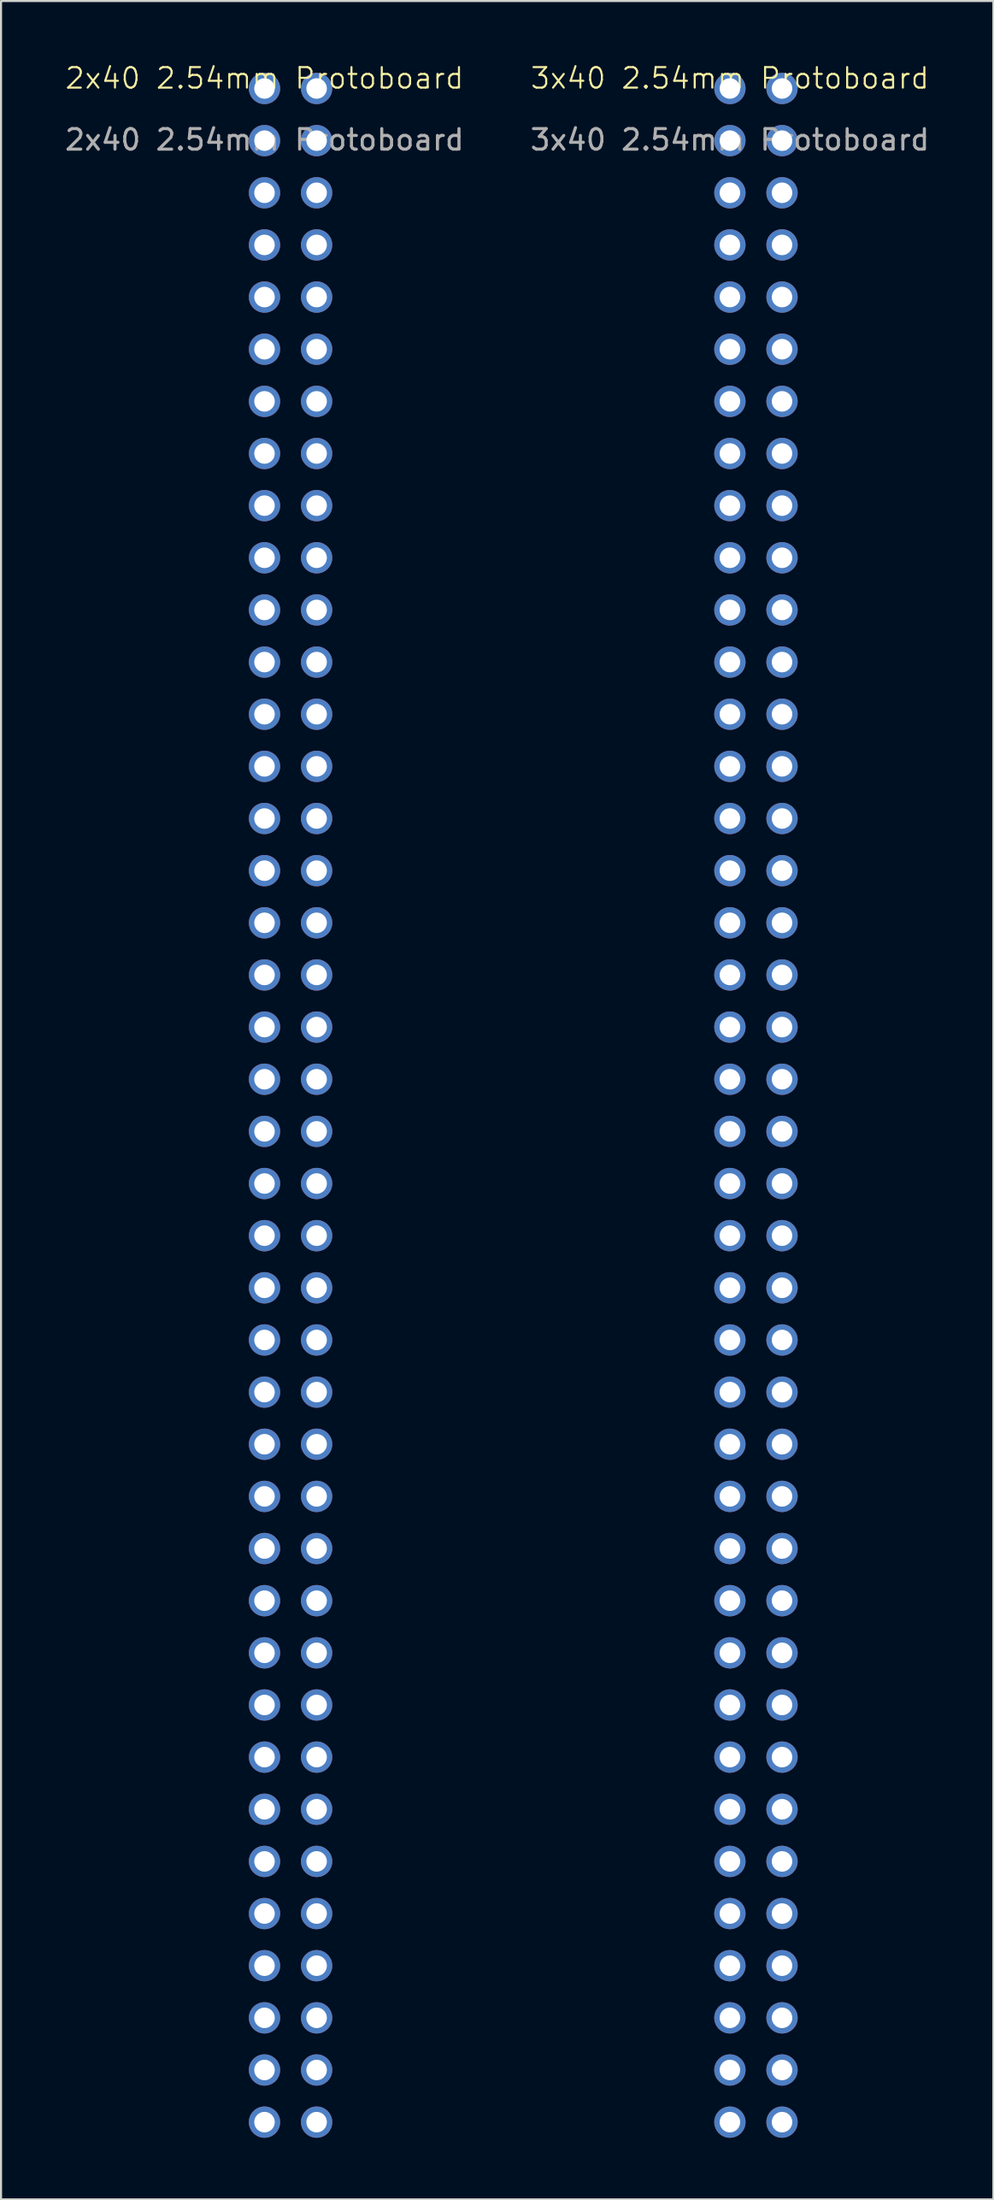
<source format=kicad_pcb>
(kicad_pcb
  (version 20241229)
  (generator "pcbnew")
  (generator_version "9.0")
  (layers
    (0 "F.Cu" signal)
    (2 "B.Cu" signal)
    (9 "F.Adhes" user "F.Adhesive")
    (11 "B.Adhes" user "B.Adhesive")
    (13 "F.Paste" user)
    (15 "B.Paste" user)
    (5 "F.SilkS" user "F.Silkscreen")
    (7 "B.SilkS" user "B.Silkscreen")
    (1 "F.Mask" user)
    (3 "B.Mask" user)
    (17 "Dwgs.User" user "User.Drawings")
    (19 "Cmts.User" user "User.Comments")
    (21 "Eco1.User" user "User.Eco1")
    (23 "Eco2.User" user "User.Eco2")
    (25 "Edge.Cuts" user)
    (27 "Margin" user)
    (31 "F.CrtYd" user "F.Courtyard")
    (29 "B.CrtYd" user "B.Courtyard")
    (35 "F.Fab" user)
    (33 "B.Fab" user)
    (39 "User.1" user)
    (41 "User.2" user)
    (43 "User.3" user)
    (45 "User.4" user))
  (footprint "3x40 2.54mm Protoboard"
    (layer "F.Cu")
    (at 32.518 1.26)
    (property "Reference" "3x40 2.54mm Protoboard" (at 0 -0.5 0) (unlocked yes) (layer "F.SilkS") (effects (font (size 1 1) (thickness 0.1))))
    (attr through_hole)
    (fp_text user "${REFERENCE}" (at 0 2.5 0) (unlocked yes) (layer "F.Fab") (effects (font (size 1 1) (thickness 0.15))))
    (pad "1" thru_hole circle (at 0 0) (size 1.525 1.525) (drill 1) (layers "*.Cu" "*.Mask"))
    (pad "2" thru_hole circle (at 2.54 0) (size 1.525 1.525) (drill 1) (layers "*.Cu" "*.Mask"))
    (pad "3" thru_hole circle (at 0 2.54) (size 1.525 1.525) (drill 1) (layers "*.Cu" "*.Mask"))
    (pad "4" thru_hole circle (at 2.54 2.54) (size 1.525 1.525) (drill 1) (layers "*.Cu" "*.Mask"))
    (pad "5" thru_hole circle (at 0 5.08) (size 1.525 1.525) (drill 1) (layers "*.Cu" "*.Mask"))
    (pad "6" thru_hole circle (at 2.54 5.08) (size 1.525 1.525) (drill 1) (layers "*.Cu" "*.Mask"))
    (pad "7" thru_hole circle (at 0 7.62) (size 1.525 1.525) (drill 1) (layers "*.Cu" "*.Mask"))
    (pad "8" thru_hole circle (at 2.54 7.62) (size 1.525 1.525) (drill 1) (layers "*.Cu" "*.Mask"))
    (pad "9" thru_hole circle (at 0 10.16) (size 1.525 1.525) (drill 1) (layers "*.Cu" "*.Mask"))
    (pad "10" thru_hole circle (at 2.54 10.16) (size 1.525 1.525) (drill 1) (layers "*.Cu" "*.Mask"))
    (pad "11" thru_hole circle (at 0 12.7) (size 1.525 1.525) (drill 1) (layers "*.Cu" "*.Mask"))
    (pad "12" thru_hole circle (at 2.54 12.7) (size 1.525 1.525) (drill 1) (layers "*.Cu" "*.Mask"))
    (pad "13" thru_hole circle (at 0 15.24) (size 1.525 1.525) (drill 1) (layers "*.Cu" "*.Mask"))
    (pad "14" thru_hole circle (at 2.54 15.24) (size 1.525 1.525) (drill 1) (layers "*.Cu" "*.Mask"))
    (pad "15" thru_hole circle (at 0 17.78) (size 1.525 1.525) (drill 1) (layers "*.Cu" "*.Mask"))
    (pad "16" thru_hole circle (at 2.54 17.78) (size 1.525 1.525) (drill 1) (layers "*.Cu" "*.Mask"))
    (pad "17" thru_hole circle (at 0 20.32) (size 1.525 1.525) (drill 1) (layers "*.Cu" "*.Mask"))
    (pad "18" thru_hole circle (at 2.54 20.32) (size 1.525 1.525) (drill 1) (layers "*.Cu" "*.Mask"))
    (pad "19" thru_hole circle (at 0 22.86) (size 1.525 1.525) (drill 1) (layers "*.Cu" "*.Mask"))
    (pad "20" thru_hole circle (at 2.54 22.86) (size 1.525 1.525) (drill 1) (layers "*.Cu" "*.Mask"))
    (pad "21" thru_hole circle (at 0 25.4) (size 1.525 1.525) (drill 1) (layers "*.Cu" "*.Mask"))
    (pad "22" thru_hole circle (at 2.54 25.4) (size 1.525 1.525) (drill 1) (layers "*.Cu" "*.Mask"))
    (pad "23" thru_hole circle (at 0 27.94) (size 1.525 1.525) (drill 1) (layers "*.Cu" "*.Mask"))
    (pad "24" thru_hole circle (at 2.54 27.94) (size 1.525 1.525) (drill 1) (layers "*.Cu" "*.Mask"))
    (pad "25" thru_hole circle (at 0 30.48) (size 1.525 1.525) (drill 1) (layers "*.Cu" "*.Mask"))
    (pad "26" thru_hole circle (at 2.54 30.48) (size 1.525 1.525) (drill 1) (layers "*.Cu" "*.Mask"))
    (pad "27" thru_hole circle (at 0 33.02) (size 1.525 1.525) (drill 1) (layers "*.Cu" "*.Mask"))
    (pad "28" thru_hole circle (at 2.54 33.02) (size 1.525 1.525) (drill 1) (layers "*.Cu" "*.Mask"))
    (pad "29" thru_hole circle (at 0 35.56) (size 1.525 1.525) (drill 1) (layers "*.Cu" "*.Mask"))
    (pad "30" thru_hole circle (at 2.54 35.56) (size 1.525 1.525) (drill 1) (layers "*.Cu" "*.Mask"))
    (pad "31" thru_hole circle (at 0 38.1) (size 1.525 1.525) (drill 1) (layers "*.Cu" "*.Mask"))
    (pad "32" thru_hole circle (at 2.54 38.1) (size 1.525 1.525) (drill 1) (layers "*.Cu" "*.Mask"))
    (pad "33" thru_hole circle (at 0 40.64) (size 1.525 1.525) (drill 1) (layers "*.Cu" "*.Mask"))
    (pad "34" thru_hole circle (at 2.54 40.64) (size 1.525 1.525) (drill 1) (layers "*.Cu" "*.Mask"))
    (pad "35" thru_hole circle (at 0 43.18) (size 1.525 1.525) (drill 1) (layers "*.Cu" "*.Mask"))
    (pad "36" thru_hole circle (at 2.54 43.18) (size 1.525 1.525) (drill 1) (layers "*.Cu" "*.Mask"))
    (pad "37" thru_hole circle (at 0 45.72) (size 1.525 1.525) (drill 1) (layers "*.Cu" "*.Mask"))
    (pad "38" thru_hole circle (at 2.54 45.72) (size 1.525 1.525) (drill 1) (layers "*.Cu" "*.Mask"))
    (pad "39" thru_hole circle (at 0 48.26) (size 1.525 1.525) (drill 1) (layers "*.Cu" "*.Mask"))
    (pad "40" thru_hole circle (at 2.54 48.26) (size 1.525 1.525) (drill 1) (layers "*.Cu" "*.Mask"))
    (pad "41" thru_hole circle (at 0 50.8) (size 1.525 1.525) (drill 1) (layers "*.Cu" "*.Mask"))
    (pad "42" thru_hole circle (at 2.54 50.8) (size 1.525 1.525) (drill 1) (layers "*.Cu" "*.Mask"))
    (pad "43" thru_hole circle (at 0 53.34) (size 1.525 1.525) (drill 1) (layers "*.Cu" "*.Mask"))
    (pad "44" thru_hole circle (at 2.54 53.34) (size 1.525 1.525) (drill 1) (layers "*.Cu" "*.Mask"))
    (pad "45" thru_hole circle (at 0 55.88) (size 1.525 1.525) (drill 1) (layers "*.Cu" "*.Mask"))
    (pad "46" thru_hole circle (at 2.54 55.88) (size 1.525 1.525) (drill 1) (layers "*.Cu" "*.Mask"))
    (pad "47" thru_hole circle (at 0 58.42) (size 1.525 1.525) (drill 1) (layers "*.Cu" "*.Mask"))
    (pad "48" thru_hole circle (at 2.54 58.42) (size 1.525 1.525) (drill 1) (layers "*.Cu" "*.Mask"))
    (pad "49" thru_hole circle (at 0 60.96) (size 1.525 1.525) (drill 1) (layers "*.Cu" "*.Mask"))
    (pad "50" thru_hole circle (at 2.54 60.96) (size 1.525 1.525) (drill 1) (layers "*.Cu" "*.Mask"))
    (pad "51" thru_hole circle (at 0 63.5) (size 1.525 1.525) (drill 1) (layers "*.Cu" "*.Mask"))
    (pad "52" thru_hole circle (at 2.54 63.5) (size 1.525 1.525) (drill 1) (layers "*.Cu" "*.Mask"))
    (pad "53" thru_hole circle (at 0 66.04) (size 1.525 1.525) (drill 1) (layers "*.Cu" "*.Mask"))
    (pad "54" thru_hole circle (at 2.54 66.04) (size 1.525 1.525) (drill 1) (layers "*.Cu" "*.Mask"))
    (pad "55" thru_hole circle (at 0 68.58) (size 1.525 1.525) (drill 1) (layers "*.Cu" "*.Mask"))
    (pad "56" thru_hole circle (at 2.54 68.58) (size 1.525 1.525) (drill 1) (layers "*.Cu" "*.Mask"))
    (pad "57" thru_hole circle (at 0 71.12) (size 1.525 1.525) (drill 1) (layers "*.Cu" "*.Mask"))
    (pad "58" thru_hole circle (at 2.54 71.12) (size 1.525 1.525) (drill 1) (layers "*.Cu" "*.Mask"))
    (pad "59" thru_hole circle (at 0 73.66) (size 1.525 1.525) (drill 1) (layers "*.Cu" "*.Mask"))
    (pad "60" thru_hole circle (at 2.54 73.66) (size 1.525 1.525) (drill 1) (layers "*.Cu" "*.Mask"))
    (pad "61" thru_hole circle (at 0 76.2) (size 1.525 1.525) (drill 1) (layers "*.Cu" "*.Mask"))
    (pad "62" thru_hole circle (at 2.54 76.2) (size 1.525 1.525) (drill 1) (layers "*.Cu" "*.Mask"))
    (pad "63" thru_hole circle (at 0 78.74) (size 1.525 1.525) (drill 1) (layers "*.Cu" "*.Mask"))
    (pad "64" thru_hole circle (at 2.54 78.74) (size 1.525 1.525) (drill 1) (layers "*.Cu" "*.Mask"))
    (pad "65" thru_hole circle (at 0 81.28) (size 1.525 1.525) (drill 1) (layers "*.Cu" "*.Mask"))
    (pad "66" thru_hole circle (at 2.54 81.28) (size 1.525 1.525) (drill 1) (layers "*.Cu" "*.Mask"))
    (pad "67" thru_hole circle (at 0 83.82) (size 1.525 1.525) (drill 1) (layers "*.Cu" "*.Mask"))
    (pad "68" thru_hole circle (at 2.54 83.82) (size 1.525 1.525) (drill 1) (layers "*.Cu" "*.Mask"))
    (pad "69" thru_hole circle (at 0 86.36) (size 1.525 1.525) (drill 1) (layers "*.Cu" "*.Mask"))
    (pad "70" thru_hole circle (at 2.54 86.36) (size 1.525 1.525) (drill 1) (layers "*.Cu" "*.Mask"))
    (pad "71" thru_hole circle (at 0 88.9) (size 1.525 1.525) (drill 1) (layers "*.Cu" "*.Mask"))
    (pad "72" thru_hole circle (at 2.54 88.9) (size 1.525 1.525) (drill 1) (layers "*.Cu" "*.Mask"))
    (pad "73" thru_hole circle (at 0 91.44) (size 1.525 1.525) (drill 1) (layers "*.Cu" "*.Mask"))
    (pad "74" thru_hole circle (at 2.54 91.44) (size 1.525 1.525) (drill 1) (layers "*.Cu" "*.Mask"))
    (pad "75" thru_hole circle (at 0 93.98) (size 1.525 1.525) (drill 1) (layers "*.Cu" "*.Mask"))
    (pad "76" thru_hole circle (at 2.54 93.98) (size 1.525 1.525) (drill 1) (layers "*.Cu" "*.Mask"))
    (pad "77" thru_hole circle (at 0 96.52) (size 1.525 1.525) (drill 1) (layers "*.Cu" "*.Mask"))
    (pad "78" thru_hole circle (at 2.54 96.52) (size 1.525 1.525) (drill 1) (layers "*.Cu" "*.Mask"))
    (pad "79" thru_hole circle (at 0 99.06) (size 1.525 1.525) (drill 1) (layers "*.Cu" "*.Mask"))
    (pad "80" thru_hole circle (at 2.54 99.06) (size 1.525 1.525) (drill 1) (layers "*.Cu" "*.Mask")))
  (footprint "2x40 2.54mm Protoboard"
    (layer "F.Cu")
    (at 9.839 1.26)
    (property "Reference" "2x40 2.54mm Protoboard" (at 0 -0.5 0) (unlocked yes) (layer "F.SilkS") (effects (font (size 1 1) (thickness 0.1))))
    (attr through_hole)
    (fp_text user "${REFERENCE}" (at 0 2.5 0) (unlocked yes) (layer "F.Fab") (effects (font (size 1 1) (thickness 0.15))))
    (pad "1" thru_hole circle (at 0 0) (size 1.525 1.525) (drill 1) (layers "*.Cu" "*.Mask"))
    (pad "2" thru_hole circle (at 2.54 0) (size 1.525 1.525) (drill 1) (layers "*.Cu" "*.Mask"))
    (pad "3" thru_hole circle (at 0 2.54) (size 1.525 1.525) (drill 1) (layers "*.Cu" "*.Mask"))
    (pad "4" thru_hole circle (at 2.54 2.54) (size 1.525 1.525) (drill 1) (layers "*.Cu" "*.Mask"))
    (pad "5" thru_hole circle (at 0 5.08) (size 1.525 1.525) (drill 1) (layers "*.Cu" "*.Mask"))
    (pad "6" thru_hole circle (at 2.54 5.08) (size 1.525 1.525) (drill 1) (layers "*.Cu" "*.Mask"))
    (pad "7" thru_hole circle (at 0 7.62) (size 1.525 1.525) (drill 1) (layers "*.Cu" "*.Mask"))
    (pad "8" thru_hole circle (at 2.54 7.62) (size 1.525 1.525) (drill 1) (layers "*.Cu" "*.Mask"))
    (pad "9" thru_hole circle (at 0 10.16) (size 1.525 1.525) (drill 1) (layers "*.Cu" "*.Mask"))
    (pad "10" thru_hole circle (at 2.54 10.16) (size 1.525 1.525) (drill 1) (layers "*.Cu" "*.Mask"))
    (pad "11" thru_hole circle (at 0 12.7) (size 1.525 1.525) (drill 1) (layers "*.Cu" "*.Mask"))
    (pad "12" thru_hole circle (at 2.54 12.7) (size 1.525 1.525) (drill 1) (layers "*.Cu" "*.Mask"))
    (pad "13" thru_hole circle (at 0 15.24) (size 1.525 1.525) (drill 1) (layers "*.Cu" "*.Mask"))
    (pad "14" thru_hole circle (at 2.54 15.24) (size 1.525 1.525) (drill 1) (layers "*.Cu" "*.Mask"))
    (pad "15" thru_hole circle (at 0 17.78) (size 1.525 1.525) (drill 1) (layers "*.Cu" "*.Mask"))
    (pad "16" thru_hole circle (at 2.54 17.78) (size 1.525 1.525) (drill 1) (layers "*.Cu" "*.Mask"))
    (pad "17" thru_hole circle (at 0 20.32) (size 1.525 1.525) (drill 1) (layers "*.Cu" "*.Mask"))
    (pad "18" thru_hole circle (at 2.54 20.32) (size 1.525 1.525) (drill 1) (layers "*.Cu" "*.Mask"))
    (pad "19" thru_hole circle (at 0 22.86) (size 1.525 1.525) (drill 1) (layers "*.Cu" "*.Mask"))
    (pad "20" thru_hole circle (at 2.54 22.86) (size 1.525 1.525) (drill 1) (layers "*.Cu" "*.Mask"))
    (pad "21" thru_hole circle (at 0 25.4) (size 1.525 1.525) (drill 1) (layers "*.Cu" "*.Mask"))
    (pad "22" thru_hole circle (at 2.54 25.4) (size 1.525 1.525) (drill 1) (layers "*.Cu" "*.Mask"))
    (pad "23" thru_hole circle (at 0 27.94) (size 1.525 1.525) (drill 1) (layers "*.Cu" "*.Mask"))
    (pad "24" thru_hole circle (at 2.54 27.94) (size 1.525 1.525) (drill 1) (layers "*.Cu" "*.Mask"))
    (pad "25" thru_hole circle (at 0 30.48) (size 1.525 1.525) (drill 1) (layers "*.Cu" "*.Mask"))
    (pad "26" thru_hole circle (at 2.54 30.48) (size 1.525 1.525) (drill 1) (layers "*.Cu" "*.Mask"))
    (pad "27" thru_hole circle (at 0 33.02) (size 1.525 1.525) (drill 1) (layers "*.Cu" "*.Mask"))
    (pad "28" thru_hole circle (at 2.54 33.02) (size 1.525 1.525) (drill 1) (layers "*.Cu" "*.Mask"))
    (pad "29" thru_hole circle (at 0 35.56) (size 1.525 1.525) (drill 1) (layers "*.Cu" "*.Mask"))
    (pad "30" thru_hole circle (at 2.54 35.56) (size 1.525 1.525) (drill 1) (layers "*.Cu" "*.Mask"))
    (pad "31" thru_hole circle (at 0 38.1) (size 1.525 1.525) (drill 1) (layers "*.Cu" "*.Mask"))
    (pad "32" thru_hole circle (at 2.54 38.1) (size 1.525 1.525) (drill 1) (layers "*.Cu" "*.Mask"))
    (pad "33" thru_hole circle (at 0 40.64) (size 1.525 1.525) (drill 1) (layers "*.Cu" "*.Mask"))
    (pad "34" thru_hole circle (at 2.54 40.64) (size 1.525 1.525) (drill 1) (layers "*.Cu" "*.Mask"))
    (pad "35" thru_hole circle (at 0 43.18) (size 1.525 1.525) (drill 1) (layers "*.Cu" "*.Mask"))
    (pad "36" thru_hole circle (at 2.54 43.18) (size 1.525 1.525) (drill 1) (layers "*.Cu" "*.Mask"))
    (pad "37" thru_hole circle (at 0 45.72) (size 1.525 1.525) (drill 1) (layers "*.Cu" "*.Mask"))
    (pad "38" thru_hole circle (at 2.54 45.72) (size 1.525 1.525) (drill 1) (layers "*.Cu" "*.Mask"))
    (pad "39" thru_hole circle (at 0 48.26) (size 1.525 1.525) (drill 1) (layers "*.Cu" "*.Mask"))
    (pad "40" thru_hole circle (at 2.54 48.26) (size 1.525 1.525) (drill 1) (layers "*.Cu" "*.Mask"))
    (pad "41" thru_hole circle (at 0 50.8) (size 1.525 1.525) (drill 1) (layers "*.Cu" "*.Mask"))
    (pad "42" thru_hole circle (at 2.54 50.8) (size 1.525 1.525) (drill 1) (layers "*.Cu" "*.Mask"))
    (pad "43" thru_hole circle (at 0 53.34) (size 1.525 1.525) (drill 1) (layers "*.Cu" "*.Mask"))
    (pad "44" thru_hole circle (at 2.54 53.34) (size 1.525 1.525) (drill 1) (layers "*.Cu" "*.Mask"))
    (pad "45" thru_hole circle (at 0 55.88) (size 1.525 1.525) (drill 1) (layers "*.Cu" "*.Mask"))
    (pad "46" thru_hole circle (at 2.54 55.88) (size 1.525 1.525) (drill 1) (layers "*.Cu" "*.Mask"))
    (pad "47" thru_hole circle (at 0 58.42) (size 1.525 1.525) (drill 1) (layers "*.Cu" "*.Mask"))
    (pad "48" thru_hole circle (at 2.54 58.42) (size 1.525 1.525) (drill 1) (layers "*.Cu" "*.Mask"))
    (pad "49" thru_hole circle (at 0 60.96) (size 1.525 1.525) (drill 1) (layers "*.Cu" "*.Mask"))
    (pad "50" thru_hole circle (at 2.54 60.96) (size 1.525 1.525) (drill 1) (layers "*.Cu" "*.Mask"))
    (pad "51" thru_hole circle (at 0 63.5) (size 1.525 1.525) (drill 1) (layers "*.Cu" "*.Mask"))
    (pad "52" thru_hole circle (at 2.54 63.5) (size 1.525 1.525) (drill 1) (layers "*.Cu" "*.Mask"))
    (pad "53" thru_hole circle (at 0 66.04) (size 1.525 1.525) (drill 1) (layers "*.Cu" "*.Mask"))
    (pad "54" thru_hole circle (at 2.54 66.04) (size 1.525 1.525) (drill 1) (layers "*.Cu" "*.Mask"))
    (pad "55" thru_hole circle (at 0 68.58) (size 1.525 1.525) (drill 1) (layers "*.Cu" "*.Mask"))
    (pad "56" thru_hole circle (at 2.54 68.58) (size 1.525 1.525) (drill 1) (layers "*.Cu" "*.Mask"))
    (pad "57" thru_hole circle (at 0 71.12) (size 1.525 1.525) (drill 1) (layers "*.Cu" "*.Mask"))
    (pad "58" thru_hole circle (at 2.54 71.12) (size 1.525 1.525) (drill 1) (layers "*.Cu" "*.Mask"))
    (pad "59" thru_hole circle (at 0 73.66) (size 1.525 1.525) (drill 1) (layers "*.Cu" "*.Mask"))
    (pad "60" thru_hole circle (at 2.54 73.66) (size 1.525 1.525) (drill 1) (layers "*.Cu" "*.Mask"))
    (pad "61" thru_hole circle (at 0 76.2) (size 1.525 1.525) (drill 1) (layers "*.Cu" "*.Mask"))
    (pad "62" thru_hole circle (at 2.54 76.2) (size 1.525 1.525) (drill 1) (layers "*.Cu" "*.Mask"))
    (pad "63" thru_hole circle (at 0 78.74) (size 1.525 1.525) (drill 1) (layers "*.Cu" "*.Mask"))
    (pad "64" thru_hole circle (at 2.54 78.74) (size 1.525 1.525) (drill 1) (layers "*.Cu" "*.Mask"))
    (pad "65" thru_hole circle (at 0 81.28) (size 1.525 1.525) (drill 1) (layers "*.Cu" "*.Mask"))
    (pad "66" thru_hole circle (at 2.54 81.28) (size 1.525 1.525) (drill 1) (layers "*.Cu" "*.Mask"))
    (pad "67" thru_hole circle (at 0 83.82) (size 1.525 1.525) (drill 1) (layers "*.Cu" "*.Mask"))
    (pad "68" thru_hole circle (at 2.54 83.82) (size 1.525 1.525) (drill 1) (layers "*.Cu" "*.Mask"))
    (pad "69" thru_hole circle (at 0 86.36) (size 1.525 1.525) (drill 1) (layers "*.Cu" "*.Mask"))
    (pad "70" thru_hole circle (at 2.54 86.36) (size 1.525 1.525) (drill 1) (layers "*.Cu" "*.Mask"))
    (pad "71" thru_hole circle (at 0 88.9) (size 1.525 1.525) (drill 1) (layers "*.Cu" "*.Mask"))
    (pad "72" thru_hole circle (at 2.54 88.9) (size 1.525 1.525) (drill 1) (layers "*.Cu" "*.Mask"))
    (pad "73" thru_hole circle (at 0 91.44) (size 1.525 1.525) (drill 1) (layers "*.Cu" "*.Mask"))
    (pad "74" thru_hole circle (at 2.54 91.44) (size 1.525 1.525) (drill 1) (layers "*.Cu" "*.Mask"))
    (pad "75" thru_hole circle (at 0 93.98) (size 1.525 1.525) (drill 1) (layers "*.Cu" "*.Mask"))
    (pad "76" thru_hole circle (at 2.54 93.98) (size 1.525 1.525) (drill 1) (layers "*.Cu" "*.Mask"))
    (pad "77" thru_hole circle (at 0 96.52) (size 1.525 1.525) (drill 1) (layers "*.Cu" "*.Mask"))
    (pad "78" thru_hole circle (at 2.54 96.52) (size 1.525 1.525) (drill 1) (layers "*.Cu" "*.Mask"))
    (pad "79" thru_hole circle (at 0 99.06) (size 1.525 1.525) (drill 1) (layers "*.Cu" "*.Mask"))
    (pad "80" thru_hole circle (at 2.54 99.06) (size 1.525 1.525) (drill 1) (layers "*.Cu" "*.Mask")))
  (gr_rect
    (start -3 -3)
    (end 45.357 104.083)
    (stroke (width 0.1) (type default))
    (fill no)
    (layer "Edge.Cuts")))
</source>
